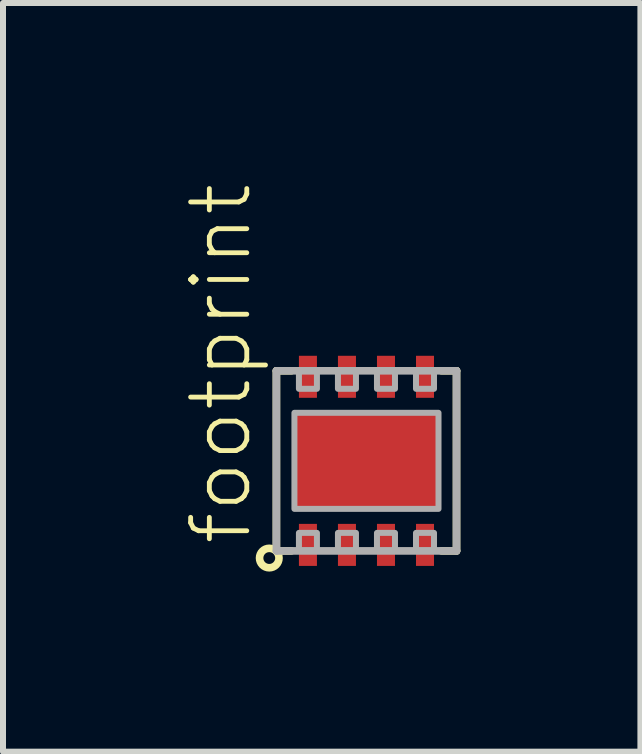
<source format=kicad_pcb>
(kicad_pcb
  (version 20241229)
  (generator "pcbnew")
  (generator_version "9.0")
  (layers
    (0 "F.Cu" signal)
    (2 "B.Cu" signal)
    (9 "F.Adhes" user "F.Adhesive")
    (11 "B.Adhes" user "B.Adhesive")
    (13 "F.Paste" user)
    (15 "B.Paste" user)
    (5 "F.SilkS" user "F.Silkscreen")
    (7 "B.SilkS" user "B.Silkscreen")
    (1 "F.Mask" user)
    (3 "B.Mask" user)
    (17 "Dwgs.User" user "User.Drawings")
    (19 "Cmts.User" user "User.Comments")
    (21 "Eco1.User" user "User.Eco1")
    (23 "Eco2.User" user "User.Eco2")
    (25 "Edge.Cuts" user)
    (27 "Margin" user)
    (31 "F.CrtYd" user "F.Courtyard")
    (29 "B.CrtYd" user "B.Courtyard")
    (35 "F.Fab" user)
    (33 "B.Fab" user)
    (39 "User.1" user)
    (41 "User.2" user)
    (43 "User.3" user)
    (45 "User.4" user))
  (footprint "footprint"
    (layer "F.Cu")
    (at 3.054 4.626)
    (property "Reference" "footprint" (at -1.875 1.44 90) (layer "F.SilkS") (effects (font (size 0.935 0.935) (thickness 0.081)) (justify left bottom)))
    (fp_line (start -1.5 -1.5) (end -1.25 -1.5) (stroke (width 0.127) (type solid)) (layer "F.SilkS"))
    (fp_line (start -1.5 1.5) (end -1.5 -1.5) (stroke (width 0.127) (type solid)) (layer "F.SilkS"))
    (fp_line (start -1.5 1.5) (end -1.25 1.5) (stroke (width 0.127) (type solid)) (layer "F.SilkS"))
    (fp_line (start 1.5 -1.5) (end 1.25 -1.5) (stroke (width 0.127) (type solid)) (layer "F.SilkS"))
    (fp_line (start 1.5 -1.5) (end 1.5 1.5) (stroke (width 0.127) (type solid)) (layer "F.SilkS"))
    (fp_line (start 1.5 1.5) (end 1.25 1.5) (stroke (width 0.127) (type solid)) (layer "F.SilkS"))
    (fp_circle (center -1.619 1.619) (end -1.457 1.619) (stroke (width 0.127) (type solid)) (fill no) (layer "F.SilkS"))
    (fp_poly (pts (xy -1.08 -1.155) (xy -0.87 -1.155) (xy -0.87 -1.645) (xy -1.08 -1.645)) (stroke (width 0) (type solid)) (fill yes) (layer "F.Paste"))
    (fp_poly (pts (xy -1.08 1.645) (xy -0.87 1.645) (xy -0.87 1.155) (xy -1.08 1.155)) (stroke (width 0) (type solid)) (fill yes) (layer "F.Paste"))
    (fp_poly (pts (xy -0.6 0.3) (xy 0.6 0.3) (xy 0.6 -0.3) (xy -0.6 -0.3)) (stroke (width 0) (type solid)) (fill yes) (layer "F.Paste"))
    (fp_poly (pts (xy -0.43 -1.155) (xy -0.22 -1.155) (xy -0.22 -1.645) (xy -0.43 -1.645)) (stroke (width 0) (type solid)) (fill yes) (layer "F.Paste"))
    (fp_poly (pts (xy -0.43 1.645) (xy -0.22 1.645) (xy -0.22 1.155) (xy -0.43 1.155)) (stroke (width 0) (type solid)) (fill yes) (layer "F.Paste"))
    (fp_poly (pts (xy 0.22 -1.155) (xy 0.43 -1.155) (xy 0.43 -1.645) (xy 0.22 -1.645)) (stroke (width 0) (type solid)) (fill yes) (layer "F.Paste"))
    (fp_poly (pts (xy 0.22 1.645) (xy 0.43 1.645) (xy 0.43 1.155) (xy 0.22 1.155)) (stroke (width 0) (type solid)) (fill yes) (layer "F.Paste"))
    (fp_poly (pts (xy 0.87 -1.155) (xy 1.08 -1.155) (xy 1.08 -1.645) (xy 0.87 -1.645)) (stroke (width 0) (type solid)) (fill yes) (layer "F.Paste"))
    (fp_poly (pts (xy 0.87 1.645) (xy 1.08 1.645) (xy 1.08 1.155) (xy 0.87 1.155)) (stroke (width 0) (type solid)) (fill yes) (layer "F.Paste"))
    (fp_line (start -1.5 -1.5) (end 1.5 -1.5) (stroke (width 0.127) (type solid)) (layer "F.Fab"))
    (fp_line (start -1.5 1.5) (end -1.5 -1.5) (stroke (width 0.127) (type solid)) (layer "F.Fab"))
    (fp_line (start 1.5 -1.5) (end 1.5 1.5) (stroke (width 0.127) (type solid)) (layer "F.Fab"))
    (fp_line (start 1.5 1.5) (end -1.5 1.5) (stroke (width 0.127) (type solid)) (layer "F.Fab"))
    (fp_poly (pts (xy -1.2 0.8) (xy 1.2 0.8) (xy 1.2 -0.8) (xy -1.2 -0.8)) (stroke (width 0.1) (type solid)) (fill no) (layer "F.Fab"))
    (fp_poly (pts (xy -1.125 -1.2) (xy -0.825 -1.2) (xy -0.825 -1.5) (xy -1.125 -1.5)) (stroke (width 0.1) (type solid)) (fill no) (layer "F.Fab"))
    (fp_poly (pts (xy -0.825 1.2) (xy -1.125 1.2) (xy -1.125 1.5) (xy -0.825 1.5)) (stroke (width 0.1) (type solid)) (fill no) (layer "F.Fab"))
    (fp_poly (pts (xy -0.475 -1.2) (xy -0.175 -1.2) (xy -0.175 -1.5) (xy -0.475 -1.5)) (stroke (width 0.1) (type solid)) (fill no) (layer "F.Fab"))
    (fp_poly (pts (xy -0.175 1.2) (xy -0.475 1.2) (xy -0.475 1.5) (xy -0.175 1.5)) (stroke (width 0.1) (type solid)) (fill no) (layer "F.Fab"))
    (fp_poly (pts (xy 0.175 -1.2) (xy 0.475 -1.2) (xy 0.475 -1.5) (xy 0.175 -1.5)) (stroke (width 0.1) (type solid)) (fill no) (layer "F.Fab"))
    (fp_poly (pts (xy 0.475 1.2) (xy 0.175 1.2) (xy 0.175 1.5) (xy 0.475 1.5)) (stroke (width 0.1) (type solid)) (fill no) (layer "F.Fab"))
    (fp_poly (pts (xy 0.825 -1.2) (xy 1.125 -1.2) (xy 1.125 -1.5) (xy 0.825 -1.5)) (stroke (width 0.1) (type solid)) (fill no) (layer "F.Fab"))
    (fp_poly (pts (xy 1.125 1.2) (xy 0.825 1.2) (xy 0.825 1.5) (xy 1.125 1.5)) (stroke (width 0.1) (type solid)) (fill no) (layer "F.Fab"))
    (pad "1" smd rect (at -0.975 1.4 90) (size 0.7 0.3) (layers "F.Cu" "F.Mask"))
    (pad "2" smd rect (at -0.325 1.4 90) (size 0.7 0.3) (layers "F.Cu" "F.Mask"))
    (pad "3" smd rect (at 0.325 1.4 90) (size 0.7 0.3) (layers "F.Cu" "F.Mask"))
    (pad "4" smd rect (at 0.975 1.4 90) (size 0.7 0.3) (layers "F.Cu" "F.Mask"))
    (pad "5" smd rect (at 0.975 -1.4 90) (size 0.7 0.3) (layers "F.Cu" "F.Mask"))
    (pad "6" smd rect (at 0.325 -1.4 90) (size 0.7 0.3) (layers "F.Cu" "F.Mask"))
    (pad "7" smd rect (at -0.325 -1.4 90) (size 0.7 0.3) (layers "F.Cu" "F.Mask"))
    (pad "8" smd rect (at -0.975 -1.4 90) (size 0.7 0.3) (layers "F.Cu" "F.Mask"))
    (pad "9" smd rect (at 0 0) (size 2.38 1.65) (layers "F.Cu" "F.Mask")))
  (gr_rect
    (start -3 -3)
    (end 7.617 9.47)
    (stroke (width 0.1) (type default))
    (fill no)
    (layer "Edge.Cuts")))
</source>
